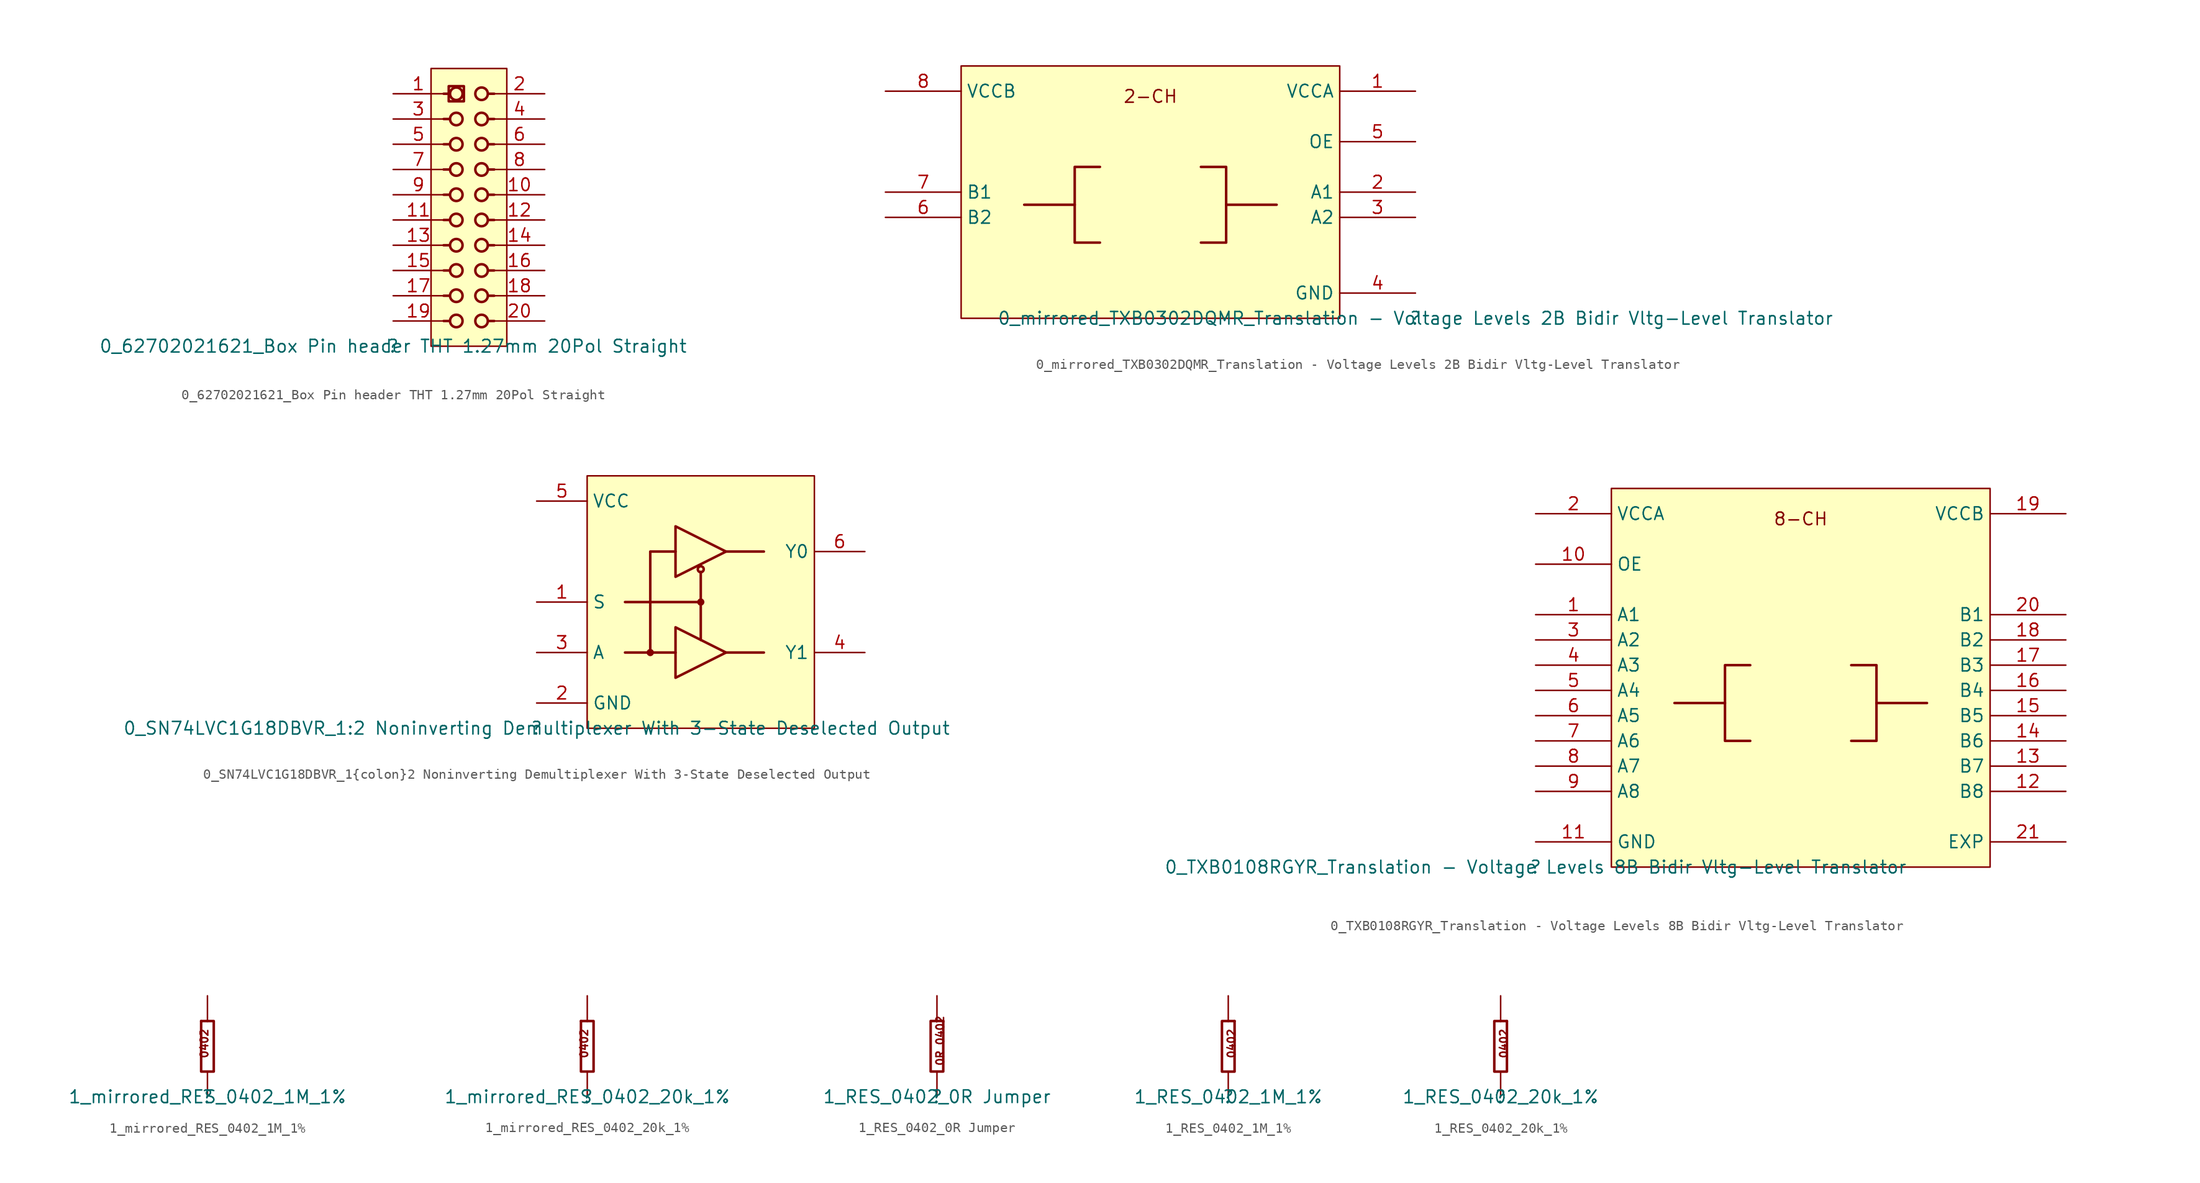
<source format=kicad_sym>
(kicad_symbol_lib
  (version 20211014)
  (generator kicad_symbol_editor)
  (symbol "0_62702021621_Box Pin header THT 1.27mm 20Pol Straight"
    (property "Reference" ""
      (at 0 0 0)
      (effects (font (size 1.27 1.27))))
    (property "Value" "0_62702021621_Box Pin header THT 1.27mm 20Pol Straight"
      (at 0 0 0)
      (effects (font (size 1.27 1.27))))
    (symbol "0_62702021621_Box Pin header THT 1.27mm 20Pol Straight_1_0"
      (polyline (pts (xy 5.08 2.54) (xy 5.588 2.54)) (stroke (width 0.254) (type default) (color 0 0 0 0)) (fill (type none)))
      (polyline (pts (xy 5.08 5.08) (xy 5.588 5.08)) (stroke (width 0.254) (type default) (color 0 0 0 0)) (fill (type none)))
      (polyline (pts (xy 5.08 7.62) (xy 5.588 7.62)) (stroke (width 0.254) (type default) (color 0 0 0 0)) (fill (type none)))
      (polyline (pts (xy 5.08 10.16) (xy 5.588 10.16)) (stroke (width 0.254) (type default) (color 0 0 0 0)) (fill (type none)))
      (polyline (pts (xy 5.08 12.7) (xy 5.588 12.7)) (stroke (width 0.254) (type default) (color 0 0 0 0)) (fill (type none)))
      (polyline (pts (xy 5.08 15.24) (xy 5.588 15.24)) (stroke (width 0.254) (type default) (color 0 0 0 0)) (fill (type none)))
      (polyline (pts (xy 5.08 17.78) (xy 5.588 17.78)) (stroke (width 0.254) (type default) (color 0 0 0 0)) (fill (type none)))
      (polyline (pts (xy 5.08 20.32) (xy 5.588 20.32)) (stroke (width 0.254) (type default) (color 0 0 0 0)) (fill (type none)))
      (polyline (pts (xy 5.08 22.86) (xy 5.588 22.86)) (stroke (width 0.254) (type default) (color 0 0 0 0)) (fill (type none)))
      (polyline (pts (xy 5.08 25.4) (xy 5.588 25.4)) (stroke (width 0.254) (type default) (color 0 0 0 0)) (fill (type none)))
      (polyline (pts (xy 10.16 2.54) (xy 9.652 2.54)) (stroke (width 0.254) (type default) (color 0 0 0 0)) (fill (type none)))
      (polyline (pts (xy 10.16 5.08) (xy 9.652 5.08)) (stroke (width 0.254) (type default) (color 0 0 0 0)) (fill (type none)))
      (polyline (pts (xy 10.16 7.62) (xy 9.652 7.62)) (stroke (width 0.254) (type default) (color 0 0 0 0)) (fill (type none)))
      (polyline (pts (xy 10.16 10.16) (xy 9.652 10.16)) (stroke (width 0.254) (type default) (color 0 0 0 0)) (fill (type none)))
      (polyline (pts (xy 10.16 12.7) (xy 9.652 12.7)) (stroke (width 0.254) (type default) (color 0 0 0 0)) (fill (type none)))
      (polyline (pts (xy 10.16 15.24) (xy 9.652 15.24)) (stroke (width 0.254) (type default) (color 0 0 0 0)) (fill (type none)))
      (polyline (pts (xy 10.16 17.78) (xy 9.652 17.78)) (stroke (width 0.254) (type default) (color 0 0 0 0)) (fill (type none)))
      (polyline (pts (xy 10.16 20.32) (xy 9.652 20.32)) (stroke (width 0.254) (type default) (color 0 0 0 0)) (fill (type none)))
      (polyline (pts (xy 10.16 22.86) (xy 9.652 22.86)) (stroke (width 0.254) (type default) (color 0 0 0 0)) (fill (type none)))
      (polyline (pts (xy 10.16 25.4) (xy 9.652 25.4)) (stroke (width 0.254) (type default) (color 0 0 0 0)) (fill (type none)))
      (polyline (pts (xy 5.588 26.162) (xy 7.112 26.162) (xy 7.112 24.638) (xy 5.588 24.638) (xy 5.588 26.162)) (stroke (width 0.254) (type default) (color 0 0 0 0)) (fill (type none)))
      (circle (center 6.35 2.54) (radius 0.63) (stroke (width 0.254) (type default) (color 0 0 0 0)) (fill (type none)))
      (circle (center 6.35 5.08) (radius 0.63) (stroke (width 0.254) (type default) (color 0 0 0 0)) (fill (type none)))
      (circle (center 6.35 7.62) (radius 0.63) (stroke (width 0.254) (type default) (color 0 0 0 0)) (fill (type none)))
      (circle (center 6.35 10.16) (radius 0.63) (stroke (width 0.254) (type default) (color 0 0 0 0)) (fill (type none)))
      (circle (center 6.35 12.7) (radius 0.63) (stroke (width 0.254) (type default) (color 0 0 0 0)) (fill (type none)))
      (circle (center 6.35 15.24) (radius 0.63) (stroke (width 0.254) (type default) (color 0 0 0 0)) (fill (type none)))
      (circle (center 6.35 17.78) (radius 0.63) (stroke (width 0.254) (type default) (color 0 0 0 0)) (fill (type none)))
      (circle (center 6.35 20.32) (radius 0.63) (stroke (width 0.254) (type default) (color 0 0 0 0)) (fill (type none)))
      (circle (center 6.35 22.86) (radius 0.63) (stroke (width 0.254) (type default) (color 0 0 0 0)) (fill (type none)))
      (circle (center 6.35 25.4) (radius 0.63) (stroke (width 0.254) (type default) (color 0 0 0 0)) (fill (type none)))
      (circle (center 8.89 2.54) (radius 0.63) (stroke (width 0.254) (type default) (color 0 0 0 0)) (fill (type none)))
      (circle (center 8.89 5.08) (radius 0.63) (stroke (width 0.254) (type default) (color 0 0 0 0)) (fill (type none)))
      (circle (center 8.89 7.62) (radius 0.63) (stroke (width 0.254) (type default) (color 0 0 0 0)) (fill (type none)))
      (circle (center 8.89 10.16) (radius 0.63) (stroke (width 0.254) (type default) (color 0 0 0 0)) (fill (type none)))
      (circle (center 8.89 12.7) (radius 0.63) (stroke (width 0.254) (type default) (color 0 0 0 0)) (fill (type none)))
      (circle (center 8.89 15.24) (radius 0.63) (stroke (width 0.254) (type default) (color 0 0 0 0)) (fill (type none)))
      (circle (center 8.89 17.78) (radius 0.63) (stroke (width 0.254) (type default) (color 0 0 0 0)) (fill (type none)))
      (circle (center 8.89 20.32) (radius 0.63) (stroke (width 0.254) (type default) (color 0 0 0 0)) (fill (type none)))
      (circle (center 8.89 22.86) (radius 0.63) (stroke (width 0.254) (type default) (color 0 0 0 0)) (fill (type none)))
      (circle (center 8.89 25.4) (radius 0.63) (stroke (width 0.254) (type default) (color 0 0 0 0)) (fill (type none)))
      (rectangle (start 11.43 27.94) (end 3.81 0) (stroke (width 0) (type default) (color 0 0 0 0)) (fill (type background)))
      (pin passive line (at 0 25.4 0) (length 5.08) (name "1" (effects (font (size 0 0)))) (number "1" (effects (font (size 1.27 1.27)))))
      (pin passive line (at 15.24 15.24 180) (length 5.08) (name "10" (effects (font (size 0 0)))) (number "10" (effects (font (size 1.27 1.27)))))
      (pin passive line (at 0 12.7 0) (length 5.08) (name "11" (effects (font (size 0 0)))) (number "11" (effects (font (size 1.27 1.27)))))
      (pin passive line (at 15.24 12.7 180) (length 5.08) (name "12" (effects (font (size 0 0)))) (number "12" (effects (font (size 1.27 1.27)))))
      (pin passive line (at 0 10.16 0) (length 5.08) (name "13" (effects (font (size 0 0)))) (number "13" (effects (font (size 1.27 1.27)))))
      (pin passive line (at 15.24 10.16 180) (length 5.08) (name "14" (effects (font (size 0 0)))) (number "14" (effects (font (size 1.27 1.27)))))
      (pin passive line (at 0 7.62 0) (length 5.08) (name "15" (effects (font (size 0 0)))) (number "15" (effects (font (size 1.27 1.27)))))
      (pin passive line (at 15.24 7.62 180) (length 5.08) (name "16" (effects (font (size 0 0)))) (number "16" (effects (font (size 1.27 1.27)))))
      (pin passive line (at 0 5.08 0) (length 5.08) (name "17" (effects (font (size 0 0)))) (number "17" (effects (font (size 1.27 1.27)))))
      (pin passive line (at 15.24 5.08 180) (length 5.08) (name "18" (effects (font (size 0 0)))) (number "18" (effects (font (size 1.27 1.27)))))
      (pin passive line (at 0 2.54 0) (length 5.08) (name "19" (effects (font (size 0 0)))) (number "19" (effects (font (size 1.27 1.27)))))
      (pin passive line (at 15.24 25.4 180) (length 5.08) (name "2" (effects (font (size 0 0)))) (number "2" (effects (font (size 1.27 1.27)))))
      (pin passive line (at 15.24 2.54 180) (length 5.08) (name "20" (effects (font (size 0 0)))) (number "20" (effects (font (size 1.27 1.27)))))
      (pin passive line (at 0 22.86 0) (length 5.08) (name "3" (effects (font (size 0 0)))) (number "3" (effects (font (size 1.27 1.27)))))
      (pin passive line (at 15.24 22.86 180) (length 5.08) (name "4" (effects (font (size 0 0)))) (number "4" (effects (font (size 1.27 1.27)))))
      (pin passive line (at 0 20.32 0) (length 5.08) (name "5" (effects (font (size 0 0)))) (number "5" (effects (font (size 1.27 1.27)))))
      (pin passive line (at 15.24 20.32 180) (length 5.08) (name "6" (effects (font (size 0 0)))) (number "6" (effects (font (size 1.27 1.27)))))
      (pin passive line (at 0 17.78 0) (length 5.08) (name "7" (effects (font (size 0 0)))) (number "7" (effects (font (size 1.27 1.27)))))
      (pin passive line (at 15.24 17.78 180) (length 5.08) (name "8" (effects (font (size 0 0)))) (number "8" (effects (font (size 1.27 1.27)))))
      (pin passive line (at 0 15.24 0) (length 5.08) (name "9" (effects (font (size 0 0)))) (number "9" (effects (font (size 1.27 1.27)))))))
  (symbol "0_mirrored_TXB0302DQMR_Translation - Voltage Levels 2B Bidir Vltg-Level Translator"
    (property "Reference" ""
      (at 0 0 0)
      (effects (font (size 1.27 1.27))))
    (property "Value" "0_mirrored_TXB0302DQMR_Translation - Voltage Levels 2B Bidir Vltg-Level Translator"
      (at 0 0 0)
      (effects (font (size 1.27 1.27))))
    (symbol "0_mirrored_TXB0302DQMR_Translation - Voltage Levels 2B Bidir Vltg-Level Translator_1_0"
      (rectangle (start -7.62 25.4) (end -45.72 0) (stroke (width 0) (type default) (color 0 0 0 0)) (fill (type background)))
      (polyline (pts (xy -34.29 11.43) (xy -39.37 11.43)) (stroke (width 0.254) (type default) (color 0 0 0 0)) (fill (type none)))
      (polyline (pts (xy -19.05 11.43) (xy -13.97 11.43)) (stroke (width 0.254) (type default) (color 0 0 0 0)) (fill (type none)))
      (polyline (pts (xy -31.75 15.24) (xy -34.29 15.24) (xy -34.29 7.62) (xy -31.75 7.62)) (stroke (width 0.254) (type default) (color 0 0 0 0)) (fill (type none)))
      (polyline (pts (xy -21.59 7.62) (xy -19.05 7.62) (xy -19.05 15.24) (xy -21.59 15.24)) (stroke (width 0.254) (type default) (color 0 0 0 0)) (fill (type none)))
      (text "2-CH" (at -23.876 21.59 0) (effects (font (size 1.27 1.27)) (justify right bottom)))
      (pin power_in line (at 0 22.86 180) (length 7.62) (name "VCCA" (effects (font (size 1.27 1.27)))) (number "1" (effects (font (size 1.27 1.27)))))
      (pin bidirectional line (at 0 12.7 180) (length 7.62) (name "A1" (effects (font (size 1.27 1.27)))) (number "2" (effects (font (size 1.27 1.27)))))
      (pin bidirectional line (at 0 10.16 180) (length 7.62) (name "A2" (effects (font (size 1.27 1.27)))) (number "3" (effects (font (size 1.27 1.27)))))
      (pin power_in line (at 0 2.54 180) (length 7.62) (name "GND" (effects (font (size 1.27 1.27)))) (number "4" (effects (font (size 1.27 1.27)))))
      (pin power_in line (at 0 17.78 180) (length 7.62) (name "OE" (effects (font (size 1.27 1.27)))) (number "5" (effects (font (size 1.27 1.27)))))
      (pin bidirectional line (at -53.34 10.16 0) (length 7.62) (name "B2" (effects (font (size 1.27 1.27)))) (number "6" (effects (font (size 1.27 1.27)))))
      (pin bidirectional line (at -53.34 12.7 0) (length 7.62) (name "B1" (effects (font (size 1.27 1.27)))) (number "7" (effects (font (size 1.27 1.27)))))
      (pin power_in line (at -53.34 22.86 0) (length 7.62) (name "VCCB" (effects (font (size 1.27 1.27)))) (number "8" (effects (font (size 1.27 1.27)))))))
  (symbol "0_SN74LVC1G18DBVR_1{colon}2 Noninverting Demultiplexer With 3-State Deselected Output"
    (property "Reference" ""
      (at 0 0 0)
      (effects (font (size 1.27 1.27))))
    (property "Value" "0_SN74LVC1G18DBVR_1:2 Noninverting Demultiplexer With 3-State Deselected Output"
      (at 0 0 0)
      (effects (font (size 1.27 1.27))))
    (symbol "0_SN74LVC1G18DBVR_1{colon}2 Noninverting Demultiplexer With 3-State Deselected Output_1_0"
      (polyline (pts (xy 8.89 7.62) (xy 13.97 7.62)) (stroke (width 0.254) (type default) (color 0 0 0 0)) (fill (type none)))
      (polyline (pts (xy 19.05 7.62) (xy 22.86 7.62)) (stroke (width 0.254) (type default) (color 0 0 0 0)) (fill (type none)))
      (polyline (pts (xy 19.05 17.78) (xy 22.86 17.78)) (stroke (width 0.254) (type default) (color 0 0 0 0)) (fill (type none)))
      (polyline (pts (xy 13.97 17.78) (xy 11.43 17.78) (xy 11.43 7.62)) (stroke (width 0.254) (type default) (color 0 0 0 0)) (fill (type none)))
      (polyline (pts (xy 8.89 12.7) (xy 16.51 12.7) (xy 16.51 15.748) (xy 16.51 8.89)) (stroke (width 0.254) (type default) (color 0 0 0 0)) (fill (type none)))
      (polyline (pts (xy 13.97 10.16) (xy 13.97 5.08) (xy 19.05 7.62) (xy 13.97 10.16)) (stroke (width 0.254) (type default) (color 0 0 0 0)) (fill (type none)))
      (polyline (pts (xy 13.97 20.32) (xy 13.97 15.24) (xy 19.05 17.78) (xy 13.97 20.32)) (stroke (width 0.254) (type default) (color 0 0 0 0)) (fill (type none)))
      (circle (center 11.43 7.62) (radius 0.239) (stroke (width 0.254) (type default) (color 0 0 0 0)) (fill (type none)))
      (circle (center 16.51 12.7) (radius 0.239) (stroke (width 0.254) (type default) (color 0 0 0 0)) (fill (type none)))
      (circle (center 16.51 16.002) (radius 0.298) (stroke (width 0.254) (type default) (color 0 0 0 0)) (fill (type none)))
      (rectangle (start 27.94 25.4) (end 5.08 0) (stroke (width 0) (type default) (color 0 0 0 0)) (fill (type background)))
      (pin input line (at 0 12.7 0) (length 5.08) (name "S" (effects (font (size 1.27 1.27)))) (number "1" (effects (font (size 1.27 1.27)))))
      (pin power_in line (at 0 2.54 0) (length 5.08) (name "GND" (effects (font (size 1.27 1.27)))) (number "2" (effects (font (size 1.27 1.27)))))
      (pin input line (at 0 7.62 0) (length 5.08) (name "A" (effects (font (size 1.27 1.27)))) (number "3" (effects (font (size 1.27 1.27)))))
      (pin output line (at 33.02 7.62 180) (length 5.08) (name "Y1" (effects (font (size 1.27 1.27)))) (number "4" (effects (font (size 1.27 1.27)))))
      (pin power_in line (at 0 22.86 0) (length 5.08) (name "VCC" (effects (font (size 1.27 1.27)))) (number "5" (effects (font (size 1.27 1.27)))))
      (pin output line (at 33.02 17.78 180) (length 5.08) (name "Y0" (effects (font (size 1.27 1.27)))) (number "6" (effects (font (size 1.27 1.27)))))))
  (symbol "0_TXB0108RGYR_Translation - Voltage Levels 8B Bidir Vltg-Level Translator"
    (property "Reference" ""
      (at 0 0 0)
      (effects (font (size 1.27 1.27))))
    (property "Value" "0_TXB0108RGYR_Translation - Voltage Levels 8B Bidir Vltg-Level Translator"
      (at 0 0 0)
      (effects (font (size 1.27 1.27))))
    (symbol "0_TXB0108RGYR_Translation - Voltage Levels 8B Bidir Vltg-Level Translator_1_0"
      (polyline (pts (xy 19.05 16.51) (xy 13.97 16.51)) (stroke (width 0.254) (type default) (color 0 0 0 0)) (fill (type none)))
      (polyline (pts (xy 34.29 16.51) (xy 39.37 16.51)) (stroke (width 0.254) (type default) (color 0 0 0 0)) (fill (type none)))
      (polyline (pts (xy 21.59 12.7) (xy 19.05 12.7) (xy 19.05 20.32) (xy 21.59 20.32)) (stroke (width 0.254) (type default) (color 0 0 0 0)) (fill (type none)))
      (polyline (pts (xy 31.75 20.32) (xy 34.29 20.32) (xy 34.29 12.7) (xy 31.75 12.7)) (stroke (width 0.254) (type default) (color 0 0 0 0)) (fill (type none)))
      (rectangle (start 45.72 38.1) (end 7.62 0) (stroke (width 0) (type default) (color 0 0 0 0)) (fill (type background)))
      (text "8-CH" (at 23.876 34.29 0) (effects (font (size 1.27 1.27)) (justify left bottom)))
      (pin bidirectional line (at 0 25.4 0) (length 7.62) (name "A1" (effects (font (size 1.27 1.27)))) (number "1" (effects (font (size 1.27 1.27)))))
      (pin power_in line (at 0 30.48 0) (length 7.62) (name "OE" (effects (font (size 1.27 1.27)))) (number "10" (effects (font (size 1.27 1.27)))))
      (pin power_in line (at 0 2.54 0) (length 7.62) (name "GND" (effects (font (size 1.27 1.27)))) (number "11" (effects (font (size 1.27 1.27)))))
      (pin bidirectional line (at 53.34 7.62 180) (length 7.62) (name "B8" (effects (font (size 1.27 1.27)))) (number "12" (effects (font (size 1.27 1.27)))))
      (pin bidirectional line (at 53.34 10.16 180) (length 7.62) (name "B7" (effects (font (size 1.27 1.27)))) (number "13" (effects (font (size 1.27 1.27)))))
      (pin bidirectional line (at 53.34 12.7 180) (length 7.62) (name "B6" (effects (font (size 1.27 1.27)))) (number "14" (effects (font (size 1.27 1.27)))))
      (pin bidirectional line (at 53.34 15.24 180) (length 7.62) (name "B5" (effects (font (size 1.27 1.27)))) (number "15" (effects (font (size 1.27 1.27)))))
      (pin bidirectional line (at 53.34 17.78 180) (length 7.62) (name "B4" (effects (font (size 1.27 1.27)))) (number "16" (effects (font (size 1.27 1.27)))))
      (pin bidirectional line (at 53.34 20.32 180) (length 7.62) (name "B3" (effects (font (size 1.27 1.27)))) (number "17" (effects (font (size 1.27 1.27)))))
      (pin bidirectional line (at 53.34 22.86 180) (length 7.62) (name "B2" (effects (font (size 1.27 1.27)))) (number "18" (effects (font (size 1.27 1.27)))))
      (pin power_in line (at 53.34 35.56 180) (length 7.62) (name "VCCB" (effects (font (size 1.27 1.27)))) (number "19" (effects (font (size 1.27 1.27)))))
      (pin power_in line (at 0 35.56 0) (length 7.62) (name "VCCA" (effects (font (size 1.27 1.27)))) (number "2" (effects (font (size 1.27 1.27)))))
      (pin bidirectional line (at 53.34 25.4 180) (length 7.62) (name "B1" (effects (font (size 1.27 1.27)))) (number "20" (effects (font (size 1.27 1.27)))))
      (pin power_in line (at 53.34 2.54 180) (length 7.62) (name "EXP" (effects (font (size 1.27 1.27)))) (number "21" (effects (font (size 1.27 1.27)))))
      (pin bidirectional line (at 0 22.86 0) (length 7.62) (name "A2" (effects (font (size 1.27 1.27)))) (number "3" (effects (font (size 1.27 1.27)))))
      (pin bidirectional line (at 0 20.32 0) (length 7.62) (name "A3" (effects (font (size 1.27 1.27)))) (number "4" (effects (font (size 1.27 1.27)))))
      (pin bidirectional line (at 0 17.78 0) (length 7.62) (name "A4" (effects (font (size 1.27 1.27)))) (number "5" (effects (font (size 1.27 1.27)))))
      (pin bidirectional line (at 0 15.24 0) (length 7.62) (name "A5" (effects (font (size 1.27 1.27)))) (number "6" (effects (font (size 1.27 1.27)))))
      (pin bidirectional line (at 0 12.7 0) (length 7.62) (name "A6" (effects (font (size 1.27 1.27)))) (number "7" (effects (font (size 1.27 1.27)))))
      (pin bidirectional line (at 0 10.16 0) (length 7.62) (name "A7" (effects (font (size 1.27 1.27)))) (number "8" (effects (font (size 1.27 1.27)))))
      (pin bidirectional line (at 0 7.62 0) (length 7.62) (name "A8" (effects (font (size 1.27 1.27)))) (number "9" (effects (font (size 1.27 1.27)))))))
  (symbol "1_mirrored_RES_0402_1M_1%"
    (property "Reference" ""
      (at 0 0 0)
      (effects (font (size 1.27 1.27))))
    (property "Value" "1_mirrored_RES_0402_1M_1%"
      (at 0 0 0)
      (effects (font (size 1.27 1.27))))
    (symbol "1_mirrored_RES_0402_1M_1%_1_0"
      (polyline (pts (xy -0.635 7.62) (xy 0 7.62)) (stroke (width 0.254) (type default) (color 0 0 0 0)) (fill (type none)))
      (polyline (pts (xy 0 7.62) (xy 0.635 7.62) (xy 0.635 2.54) (xy -0.635 2.54) (xy -0.635 7.62)) (stroke (width 0.254) (type default) (color 0 0 0 0)) (fill (type none)))
      (text "0402" (at -0.762 3.81 900) (effects (font (size 0.762 0.762)) (justify left top)))
      (pin passive line (at 0 0 90) (length 2.54) (name "1" (effects (font (size 0 0)))) (number "1" (effects (font (size 0 0)))))
      (pin passive line (at 0 10.16 270) (length 2.54) (name "2" (effects (font (size 0 0)))) (number "2" (effects (font (size 0 0)))))))
  (symbol "1_mirrored_RES_0402_20k_1%"
    (property "Reference" ""
      (at 0 0 0)
      (effects (font (size 1.27 1.27))))
    (property "Value" "1_mirrored_RES_0402_20k_1%"
      (at 0 0 0)
      (effects (font (size 1.27 1.27))))
    (symbol "1_mirrored_RES_0402_20k_1%_1_0"
      (polyline (pts (xy -0.635 7.62) (xy 0 7.62)) (stroke (width 0.254) (type default) (color 0 0 0 0)) (fill (type none)))
      (polyline (pts (xy 0 7.62) (xy 0.635 7.62) (xy 0.635 2.54) (xy -0.635 2.54) (xy -0.635 7.62)) (stroke (width 0.254) (type default) (color 0 0 0 0)) (fill (type none)))
      (text "0402" (at -0.762 3.81 900) (effects (font (size 0.762 0.762)) (justify left top)))
      (pin passive line (at 0 0 90) (length 2.54) (name "1" (effects (font (size 0 0)))) (number "1" (effects (font (size 0 0)))))
      (pin passive line (at 0 10.16 270) (length 2.54) (name "2" (effects (font (size 0 0)))) (number "2" (effects (font (size 0 0)))))))
  (symbol "1_RES_0402_0R Jumper"
    (property "Reference" ""
      (at 0 0 0)
      (effects (font (size 1.27 1.27))))
    (property "Value" "1_RES_0402_0R Jumper"
      (at 0 0 0)
      (effects (font (size 1.27 1.27))))
    (symbol "1_RES_0402_0R Jumper_1_0"
      (polyline (pts (xy 0.635 7.62) (xy 0 7.62)) (stroke (width 0.254) (type default) (color 0 0 0 0)) (fill (type none)))
      (polyline (pts (xy 0 7.62) (xy -0.635 7.62) (xy -0.635 2.54) (xy 0.635 2.54) (xy 0.635 7.62)) (stroke (width 0.254) (type default) (color 0 0 0 0)) (fill (type none)))
      (text "0R 0402" (at 0.762 3.048 900) (effects (font (size 0.762 0.762)) (justify left bottom)))
      (pin passive line (at 0 0 90) (length 2.54) (name "1" (effects (font (size 0 0)))) (number "1" (effects (font (size 0 0)))))
      (pin passive line (at 0 10.16 270) (length 2.54) (name "2" (effects (font (size 0 0)))) (number "2" (effects (font (size 0 0)))))))
  (symbol "1_RES_0402_1M_1%"
    (property "Reference" ""
      (at 0 0 0)
      (effects (font (size 1.27 1.27))))
    (property "Value" "1_RES_0402_1M_1%"
      (at 0 0 0)
      (effects (font (size 1.27 1.27))))
    (symbol "1_RES_0402_1M_1%_1_0"
      (polyline (pts (xy 0.635 7.62) (xy 0 7.62)) (stroke (width 0.254) (type default) (color 0 0 0 0)) (fill (type none)))
      (polyline (pts (xy 0 7.62) (xy -0.635 7.62) (xy -0.635 2.54) (xy 0.635 2.54) (xy 0.635 7.62)) (stroke (width 0.254) (type default) (color 0 0 0 0)) (fill (type none)))
      (text "0402" (at 0.762 3.81 900) (effects (font (size 0.762 0.762)) (justify left bottom)))
      (pin passive line (at 0 0 90) (length 2.54) (name "1" (effects (font (size 0 0)))) (number "1" (effects (font (size 0 0)))))
      (pin passive line (at 0 10.16 270) (length 2.54) (name "2" (effects (font (size 0 0)))) (number "2" (effects (font (size 0 0)))))))
  (symbol "1_RES_0402_20k_1%"
    (property "Reference" ""
      (at 0 0 0)
      (effects (font (size 1.27 1.27))))
    (property "Value" "1_RES_0402_20k_1%"
      (at 0 0 0)
      (effects (font (size 1.27 1.27))))
    (symbol "1_RES_0402_20k_1%_1_0"
      (polyline (pts (xy 0.635 7.62) (xy 0 7.62)) (stroke (width 0.254) (type default) (color 0 0 0 0)) (fill (type none)))
      (polyline (pts (xy 0 7.62) (xy -0.635 7.62) (xy -0.635 2.54) (xy 0.635 2.54) (xy 0.635 7.62)) (stroke (width 0.254) (type default) (color 0 0 0 0)) (fill (type none)))
      (text "0402" (at 0.762 3.81 900) (effects (font (size 0.762 0.762)) (justify left bottom)))
      (pin passive line (at 0 0 90) (length 2.54) (name "1" (effects (font (size 0 0)))) (number "1" (effects (font (size 0 0)))))
      (pin passive line (at 0 10.16 270) (length 2.54) (name "2" (effects (font (size 0 0)))) (number "2" (effects (font (size 0 0))))))))
</source>
